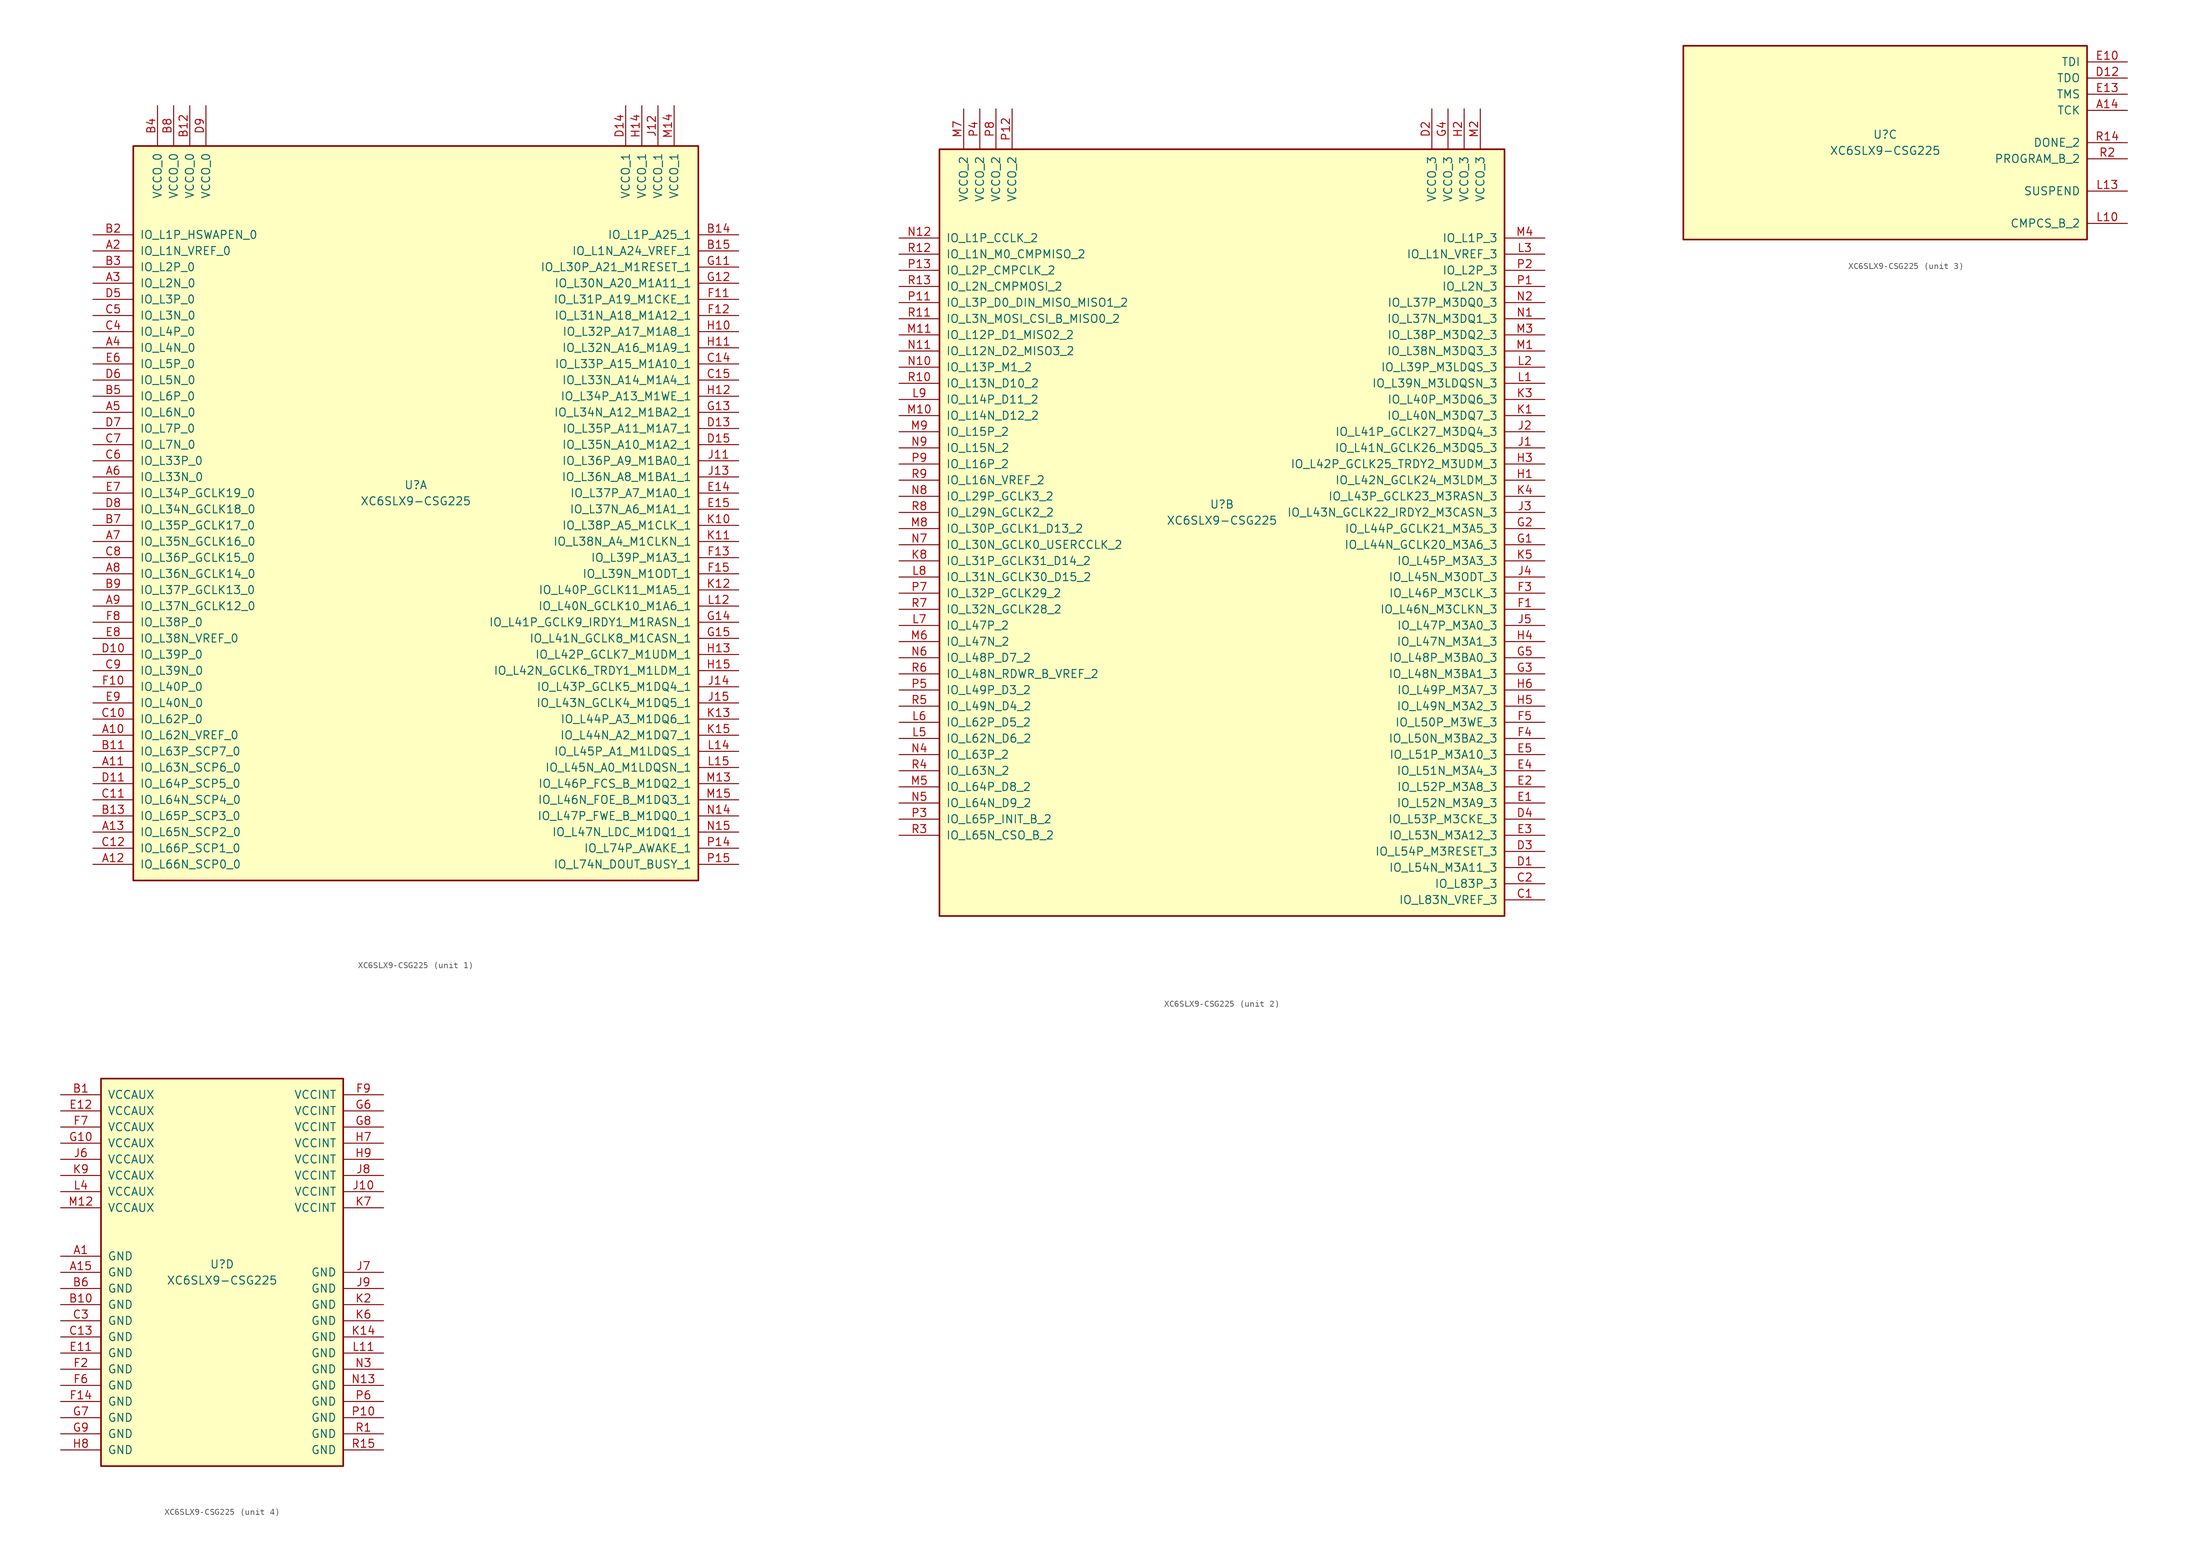
<source format=kicad_sym>
(kicad_symbol_lib
  (version 20211014)
  (generator kicad_symbol_editor)
  (symbol "XC6SLX9-CSG225"
    (pin_names
      (offset 1.016))
    (property "Reference" "U"
      (at 0 1.27 0)
      (effects (font (size 1.27 1.27))))
    (property "Value" "XC6SLX9-CSG225"
      (at 0 -1.27 0)
      (effects (font (size 1.27 1.27))))
    (property "Datasheet" ""
      (at 0 0 0)
      (effects (font (size 1.27 1.27))))
    (property "ki_locked" ""
      (at 0 0 0)
      (effects (font (size 1.27 1.27))))
    (symbol "XC6SLX9-CSG225_1_1"
      (rectangle (start -44.45 54.61) (end 44.45 -60.96) (stroke (width 0.254) (type default) (color 0 0 0 0)) (fill (type background)))
      (pin bidirectional line (at -50.8 -38.1 0) (length 6.35) (name "IO_L62N_VREF_0" (effects (font (size 1.27 1.27)))) (number "A10" (effects (font (size 1.27 1.27)))))
      (pin bidirectional line (at -50.8 -43.18 0) (length 6.35) (name "IO_L63N_SCP6_0" (effects (font (size 1.27 1.27)))) (number "A11" (effects (font (size 1.27 1.27)))))
      (pin bidirectional line (at -50.8 -58.42 0) (length 6.35) (name "IO_L66N_SCP0_0" (effects (font (size 1.27 1.27)))) (number "A12" (effects (font (size 1.27 1.27)))))
      (pin bidirectional line (at -50.8 -53.34 0) (length 6.35) (name "IO_L65N_SCP2_0" (effects (font (size 1.27 1.27)))) (number "A13" (effects (font (size 1.27 1.27)))))
      (pin bidirectional line (at -50.8 38.1 0) (length 6.35) (name "IO_L1N_VREF_0" (effects (font (size 1.27 1.27)))) (number "A2" (effects (font (size 1.27 1.27)))))
      (pin bidirectional line (at -50.8 33.02 0) (length 6.35) (name "IO_L2N_0" (effects (font (size 1.27 1.27)))) (number "A3" (effects (font (size 1.27 1.27)))))
      (pin bidirectional line (at -50.8 22.86 0) (length 6.35) (name "IO_L4N_0" (effects (font (size 1.27 1.27)))) (number "A4" (effects (font (size 1.27 1.27)))))
      (pin bidirectional line (at -50.8 12.7 0) (length 6.35) (name "IO_L6N_0" (effects (font (size 1.27 1.27)))) (number "A5" (effects (font (size 1.27 1.27)))))
      (pin bidirectional line (at -50.8 2.54 0) (length 6.35) (name "IO_L33N_0" (effects (font (size 1.27 1.27)))) (number "A6" (effects (font (size 1.27 1.27)))))
      (pin bidirectional line (at -50.8 -7.62 0) (length 6.35) (name "IO_L35N_GCLK16_0" (effects (font (size 1.27 1.27)))) (number "A7" (effects (font (size 1.27 1.27)))))
      (pin bidirectional line (at -50.8 -12.7 0) (length 6.35) (name "IO_L36N_GCLK14_0" (effects (font (size 1.27 1.27)))) (number "A8" (effects (font (size 1.27 1.27)))))
      (pin bidirectional line (at -50.8 -17.78 0) (length 6.35) (name "IO_L37N_GCLK12_0" (effects (font (size 1.27 1.27)))) (number "A9" (effects (font (size 1.27 1.27)))))
      (pin bidirectional line (at -50.8 -40.64 0) (length 6.35) (name "IO_L63P_SCP7_0" (effects (font (size 1.27 1.27)))) (number "B11" (effects (font (size 1.27 1.27)))))
      (pin power_in line (at -35.56 60.96 270) (length 6.35) (name "VCCO_0" (effects (font (size 1.27 1.27)))) (number "B12" (effects (font (size 1.27 1.27)))))
      (pin bidirectional line (at -50.8 -50.8 0) (length 6.35) (name "IO_L65P_SCP3_0" (effects (font (size 1.27 1.27)))) (number "B13" (effects (font (size 1.27 1.27)))))
      (pin bidirectional line (at 50.8 40.64 180) (length 6.35) (name "IO_L1P_A25_1" (effects (font (size 1.27 1.27)))) (number "B14" (effects (font (size 1.27 1.27)))))
      (pin bidirectional line (at 50.8 38.1 180) (length 6.35) (name "IO_L1N_A24_VREF_1" (effects (font (size 1.27 1.27)))) (number "B15" (effects (font (size 1.27 1.27)))))
      (pin bidirectional line (at -50.8 40.64 0) (length 6.35) (name "IO_L1P_HSWAPEN_0" (effects (font (size 1.27 1.27)))) (number "B2" (effects (font (size 1.27 1.27)))))
      (pin bidirectional line (at -50.8 35.56 0) (length 6.35) (name "IO_L2P_0" (effects (font (size 1.27 1.27)))) (number "B3" (effects (font (size 1.27 1.27)))))
      (pin power_in line (at -40.64 60.96 270) (length 6.35) (name "VCCO_0" (effects (font (size 1.27 1.27)))) (number "B4" (effects (font (size 1.27 1.27)))))
      (pin bidirectional line (at -50.8 15.24 0) (length 6.35) (name "IO_L6P_0" (effects (font (size 1.27 1.27)))) (number "B5" (effects (font (size 1.27 1.27)))))
      (pin bidirectional line (at -50.8 -5.08 0) (length 6.35) (name "IO_L35P_GCLK17_0" (effects (font (size 1.27 1.27)))) (number "B7" (effects (font (size 1.27 1.27)))))
      (pin power_in line (at -38.1 60.96 270) (length 6.35) (name "VCCO_0" (effects (font (size 1.27 1.27)))) (number "B8" (effects (font (size 1.27 1.27)))))
      (pin bidirectional line (at -50.8 -15.24 0) (length 6.35) (name "IO_L37P_GCLK13_0" (effects (font (size 1.27 1.27)))) (number "B9" (effects (font (size 1.27 1.27)))))
      (pin bidirectional line (at -50.8 -35.56 0) (length 6.35) (name "IO_L62P_0" (effects (font (size 1.27 1.27)))) (number "C10" (effects (font (size 1.27 1.27)))))
      (pin bidirectional line (at -50.8 -48.26 0) (length 6.35) (name "IO_L64N_SCP4_0" (effects (font (size 1.27 1.27)))) (number "C11" (effects (font (size 1.27 1.27)))))
      (pin bidirectional line (at -50.8 -55.88 0) (length 6.35) (name "IO_L66P_SCP1_0" (effects (font (size 1.27 1.27)))) (number "C12" (effects (font (size 1.27 1.27)))))
      (pin bidirectional line (at 50.8 20.32 180) (length 6.35) (name "IO_L33P_A15_M1A10_1" (effects (font (size 1.27 1.27)))) (number "C14" (effects (font (size 1.27 1.27)))))
      (pin bidirectional line (at 50.8 17.78 180) (length 6.35) (name "IO_L33N_A14_M1A4_1" (effects (font (size 1.27 1.27)))) (number "C15" (effects (font (size 1.27 1.27)))))
      (pin bidirectional line (at -50.8 25.4 0) (length 6.35) (name "IO_L4P_0" (effects (font (size 1.27 1.27)))) (number "C4" (effects (font (size 1.27 1.27)))))
      (pin bidirectional line (at -50.8 27.94 0) (length 6.35) (name "IO_L3N_0" (effects (font (size 1.27 1.27)))) (number "C5" (effects (font (size 1.27 1.27)))))
      (pin bidirectional line (at -50.8 5.08 0) (length 6.35) (name "IO_L33P_0" (effects (font (size 1.27 1.27)))) (number "C6" (effects (font (size 1.27 1.27)))))
      (pin bidirectional line (at -50.8 7.62 0) (length 6.35) (name "IO_L7N_0" (effects (font (size 1.27 1.27)))) (number "C7" (effects (font (size 1.27 1.27)))))
      (pin bidirectional line (at -50.8 -10.16 0) (length 6.35) (name "IO_L36P_GCLK15_0" (effects (font (size 1.27 1.27)))) (number "C8" (effects (font (size 1.27 1.27)))))
      (pin bidirectional line (at -50.8 -27.94 0) (length 6.35) (name "IO_L39N_0" (effects (font (size 1.27 1.27)))) (number "C9" (effects (font (size 1.27 1.27)))))
      (pin bidirectional line (at -50.8 -25.4 0) (length 6.35) (name "IO_L39P_0" (effects (font (size 1.27 1.27)))) (number "D10" (effects (font (size 1.27 1.27)))))
      (pin bidirectional line (at -50.8 -45.72 0) (length 6.35) (name "IO_L64P_SCP5_0" (effects (font (size 1.27 1.27)))) (number "D11" (effects (font (size 1.27 1.27)))))
      (pin bidirectional line (at 50.8 10.16 180) (length 6.35) (name "IO_L35P_A11_M1A7_1" (effects (font (size 1.27 1.27)))) (number "D13" (effects (font (size 1.27 1.27)))))
      (pin power_in line (at 33.02 60.96 270) (length 6.35) (name "VCCO_1" (effects (font (size 1.27 1.27)))) (number "D14" (effects (font (size 1.27 1.27)))))
      (pin bidirectional line (at 50.8 7.62 180) (length 6.35) (name "IO_L35N_A10_M1A2_1" (effects (font (size 1.27 1.27)))) (number "D15" (effects (font (size 1.27 1.27)))))
      (pin bidirectional line (at -50.8 30.48 0) (length 6.35) (name "IO_L3P_0" (effects (font (size 1.27 1.27)))) (number "D5" (effects (font (size 1.27 1.27)))))
      (pin bidirectional line (at -50.8 17.78 0) (length 6.35) (name "IO_L5N_0" (effects (font (size 1.27 1.27)))) (number "D6" (effects (font (size 1.27 1.27)))))
      (pin bidirectional line (at -50.8 10.16 0) (length 6.35) (name "IO_L7P_0" (effects (font (size 1.27 1.27)))) (number "D7" (effects (font (size 1.27 1.27)))))
      (pin bidirectional line (at -50.8 -2.54 0) (length 6.35) (name "IO_L34N_GCLK18_0" (effects (font (size 1.27 1.27)))) (number "D8" (effects (font (size 1.27 1.27)))))
      (pin power_in line (at -33.02 60.96 270) (length 6.35) (name "VCCO_0" (effects (font (size 1.27 1.27)))) (number "D9" (effects (font (size 1.27 1.27)))))
      (pin bidirectional line (at 50.8 0 180) (length 6.35) (name "IO_L37P_A7_M1A0_1" (effects (font (size 1.27 1.27)))) (number "E14" (effects (font (size 1.27 1.27)))))
      (pin bidirectional line (at 50.8 -2.54 180) (length 6.35) (name "IO_L37N_A6_M1A1_1" (effects (font (size 1.27 1.27)))) (number "E15" (effects (font (size 1.27 1.27)))))
      (pin bidirectional line (at -50.8 20.32 0) (length 6.35) (name "IO_L5P_0" (effects (font (size 1.27 1.27)))) (number "E6" (effects (font (size 1.27 1.27)))))
      (pin bidirectional line (at -50.8 0 0) (length 6.35) (name "IO_L34P_GCLK19_0" (effects (font (size 1.27 1.27)))) (number "E7" (effects (font (size 1.27 1.27)))))
      (pin bidirectional line (at -50.8 -22.86 0) (length 6.35) (name "IO_L38N_VREF_0" (effects (font (size 1.27 1.27)))) (number "E8" (effects (font (size 1.27 1.27)))))
      (pin bidirectional line (at -50.8 -33.02 0) (length 6.35) (name "IO_L40N_0" (effects (font (size 1.27 1.27)))) (number "E9" (effects (font (size 1.27 1.27)))))
      (pin bidirectional line (at -50.8 -30.48 0) (length 6.35) (name "IO_L40P_0" (effects (font (size 1.27 1.27)))) (number "F10" (effects (font (size 1.27 1.27)))))
      (pin bidirectional line (at 50.8 30.48 180) (length 6.35) (name "IO_L31P_A19_M1CKE_1" (effects (font (size 1.27 1.27)))) (number "F11" (effects (font (size 1.27 1.27)))))
      (pin bidirectional line (at 50.8 27.94 180) (length 6.35) (name "IO_L31N_A18_M1A12_1" (effects (font (size 1.27 1.27)))) (number "F12" (effects (font (size 1.27 1.27)))))
      (pin bidirectional line (at 50.8 -10.16 180) (length 6.35) (name "IO_L39P_M1A3_1" (effects (font (size 1.27 1.27)))) (number "F13" (effects (font (size 1.27 1.27)))))
      (pin bidirectional line (at 50.8 -12.7 180) (length 6.35) (name "IO_L39N_M1ODT_1" (effects (font (size 1.27 1.27)))) (number "F15" (effects (font (size 1.27 1.27)))))
      (pin bidirectional line (at -50.8 -20.32 0) (length 6.35) (name "IO_L38P_0" (effects (font (size 1.27 1.27)))) (number "F8" (effects (font (size 1.27 1.27)))))
      (pin bidirectional line (at 50.8 35.56 180) (length 6.35) (name "IO_L30P_A21_M1RESET_1" (effects (font (size 1.27 1.27)))) (number "G11" (effects (font (size 1.27 1.27)))))
      (pin bidirectional line (at 50.8 33.02 180) (length 6.35) (name "IO_L30N_A20_M1A11_1" (effects (font (size 1.27 1.27)))) (number "G12" (effects (font (size 1.27 1.27)))))
      (pin bidirectional line (at 50.8 12.7 180) (length 6.35) (name "IO_L34N_A12_M1BA2_1" (effects (font (size 1.27 1.27)))) (number "G13" (effects (font (size 1.27 1.27)))))
      (pin bidirectional line (at 50.8 -20.32 180) (length 6.35) (name "IO_L41P_GCLK9_IRDY1_M1RASN_1" (effects (font (size 1.27 1.27)))) (number "G14" (effects (font (size 1.27 1.27)))))
      (pin bidirectional line (at 50.8 -22.86 180) (length 6.35) (name "IO_L41N_GCLK8_M1CASN_1" (effects (font (size 1.27 1.27)))) (number "G15" (effects (font (size 1.27 1.27)))))
      (pin bidirectional line (at 50.8 25.4 180) (length 6.35) (name "IO_L32P_A17_M1A8_1" (effects (font (size 1.27 1.27)))) (number "H10" (effects (font (size 1.27 1.27)))))
      (pin bidirectional line (at 50.8 22.86 180) (length 6.35) (name "IO_L32N_A16_M1A9_1" (effects (font (size 1.27 1.27)))) (number "H11" (effects (font (size 1.27 1.27)))))
      (pin bidirectional line (at 50.8 15.24 180) (length 6.35) (name "IO_L34P_A13_M1WE_1" (effects (font (size 1.27 1.27)))) (number "H12" (effects (font (size 1.27 1.27)))))
      (pin bidirectional line (at 50.8 -25.4 180) (length 6.35) (name "IO_L42P_GCLK7_M1UDM_1" (effects (font (size 1.27 1.27)))) (number "H13" (effects (font (size 1.27 1.27)))))
      (pin power_in line (at 35.56 60.96 270) (length 6.35) (name "VCCO_1" (effects (font (size 1.27 1.27)))) (number "H14" (effects (font (size 1.27 1.27)))))
      (pin bidirectional line (at 50.8 -27.94 180) (length 6.35) (name "IO_L42N_GCLK6_TRDY1_M1LDM_1" (effects (font (size 1.27 1.27)))) (number "H15" (effects (font (size 1.27 1.27)))))
      (pin bidirectional line (at 50.8 5.08 180) (length 6.35) (name "IO_L36P_A9_M1BA0_1" (effects (font (size 1.27 1.27)))) (number "J11" (effects (font (size 1.27 1.27)))))
      (pin power_in line (at 38.1 60.96 270) (length 6.35) (name "VCCO_1" (effects (font (size 1.27 1.27)))) (number "J12" (effects (font (size 1.27 1.27)))))
      (pin bidirectional line (at 50.8 2.54 180) (length 6.35) (name "IO_L36N_A8_M1BA1_1" (effects (font (size 1.27 1.27)))) (number "J13" (effects (font (size 1.27 1.27)))))
      (pin bidirectional line (at 50.8 -30.48 180) (length 6.35) (name "IO_L43P_GCLK5_M1DQ4_1" (effects (font (size 1.27 1.27)))) (number "J14" (effects (font (size 1.27 1.27)))))
      (pin bidirectional line (at 50.8 -33.02 180) (length 6.35) (name "IO_L43N_GCLK4_M1DQ5_1" (effects (font (size 1.27 1.27)))) (number "J15" (effects (font (size 1.27 1.27)))))
      (pin bidirectional line (at 50.8 -5.08 180) (length 6.35) (name "IO_L38P_A5_M1CLK_1" (effects (font (size 1.27 1.27)))) (number "K10" (effects (font (size 1.27 1.27)))))
      (pin bidirectional line (at 50.8 -7.62 180) (length 6.35) (name "IO_L38N_A4_M1CLKN_1" (effects (font (size 1.27 1.27)))) (number "K11" (effects (font (size 1.27 1.27)))))
      (pin bidirectional line (at 50.8 -15.24 180) (length 6.35) (name "IO_L40P_GCLK11_M1A5_1" (effects (font (size 1.27 1.27)))) (number "K12" (effects (font (size 1.27 1.27)))))
      (pin bidirectional line (at 50.8 -35.56 180) (length 6.35) (name "IO_L44P_A3_M1DQ6_1" (effects (font (size 1.27 1.27)))) (number "K13" (effects (font (size 1.27 1.27)))))
      (pin bidirectional line (at 50.8 -38.1 180) (length 6.35) (name "IO_L44N_A2_M1DQ7_1" (effects (font (size 1.27 1.27)))) (number "K15" (effects (font (size 1.27 1.27)))))
      (pin bidirectional line (at 50.8 -17.78 180) (length 6.35) (name "IO_L40N_GCLK10_M1A6_1" (effects (font (size 1.27 1.27)))) (number "L12" (effects (font (size 1.27 1.27)))))
      (pin bidirectional line (at 50.8 -40.64 180) (length 6.35) (name "IO_L45P_A1_M1LDQS_1" (effects (font (size 1.27 1.27)))) (number "L14" (effects (font (size 1.27 1.27)))))
      (pin bidirectional line (at 50.8 -43.18 180) (length 6.35) (name "IO_L45N_A0_M1LDQSN_1" (effects (font (size 1.27 1.27)))) (number "L15" (effects (font (size 1.27 1.27)))))
      (pin bidirectional line (at 50.8 -45.72 180) (length 6.35) (name "IO_L46P_FCS_B_M1DQ2_1" (effects (font (size 1.27 1.27)))) (number "M13" (effects (font (size 1.27 1.27)))))
      (pin power_in line (at 40.64 60.96 270) (length 6.35) (name "VCCO_1" (effects (font (size 1.27 1.27)))) (number "M14" (effects (font (size 1.27 1.27)))))
      (pin bidirectional line (at 50.8 -48.26 180) (length 6.35) (name "IO_L46N_FOE_B_M1DQ3_1" (effects (font (size 1.27 1.27)))) (number "M15" (effects (font (size 1.27 1.27)))))
      (pin bidirectional line (at 50.8 -50.8 180) (length 6.35) (name "IO_L47P_FWE_B_M1DQ0_1" (effects (font (size 1.27 1.27)))) (number "N14" (effects (font (size 1.27 1.27)))))
      (pin bidirectional line (at 50.8 -53.34 180) (length 6.35) (name "IO_L47N_LDC_M1DQ1_1" (effects (font (size 1.27 1.27)))) (number "N15" (effects (font (size 1.27 1.27)))))
      (pin bidirectional line (at 50.8 -55.88 180) (length 6.35) (name "IO_L74P_AWAKE_1" (effects (font (size 1.27 1.27)))) (number "P14" (effects (font (size 1.27 1.27)))))
      (pin bidirectional line (at 50.8 -58.42 180) (length 6.35) (name "IO_L74N_DOUT_BUSY_1" (effects (font (size 1.27 1.27)))) (number "P15" (effects (font (size 1.27 1.27))))))
    (symbol "XC6SLX9-CSG225_2_1"
      (rectangle (start -44.45 57.15) (end 44.45 -63.5) (stroke (width 0.254) (type default) (color 0 0 0 0)) (fill (type background)))
      (pin bidirectional line (at 50.8 -60.96 180) (length 6.35) (name "IO_L83N_VREF_3" (effects (font (size 1.27 1.27)))) (number "C1" (effects (font (size 1.27 1.27)))))
      (pin bidirectional line (at 50.8 -58.42 180) (length 6.35) (name "IO_L83P_3" (effects (font (size 1.27 1.27)))) (number "C2" (effects (font (size 1.27 1.27)))))
      (pin bidirectional line (at 50.8 -55.88 180) (length 6.35) (name "IO_L54N_M3A11_3" (effects (font (size 1.27 1.27)))) (number "D1" (effects (font (size 1.27 1.27)))))
      (pin power_in line (at 33.02 63.5 270) (length 6.35) (name "VCCO_3" (effects (font (size 1.27 1.27)))) (number "D2" (effects (font (size 1.27 1.27)))))
      (pin bidirectional line (at 50.8 -53.34 180) (length 6.35) (name "IO_L54P_M3RESET_3" (effects (font (size 1.27 1.27)))) (number "D3" (effects (font (size 1.27 1.27)))))
      (pin bidirectional line (at 50.8 -48.26 180) (length 6.35) (name "IO_L53P_M3CKE_3" (effects (font (size 1.27 1.27)))) (number "D4" (effects (font (size 1.27 1.27)))))
      (pin bidirectional line (at 50.8 -45.72 180) (length 6.35) (name "IO_L52N_M3A9_3" (effects (font (size 1.27 1.27)))) (number "E1" (effects (font (size 1.27 1.27)))))
      (pin bidirectional line (at 50.8 -43.18 180) (length 6.35) (name "IO_L52P_M3A8_3" (effects (font (size 1.27 1.27)))) (number "E2" (effects (font (size 1.27 1.27)))))
      (pin bidirectional line (at 50.8 -50.8 180) (length 6.35) (name "IO_L53N_M3A12_3" (effects (font (size 1.27 1.27)))) (number "E3" (effects (font (size 1.27 1.27)))))
      (pin bidirectional line (at 50.8 -40.64 180) (length 6.35) (name "IO_L51N_M3A4_3" (effects (font (size 1.27 1.27)))) (number "E4" (effects (font (size 1.27 1.27)))))
      (pin bidirectional line (at 50.8 -38.1 180) (length 6.35) (name "IO_L51P_M3A10_3" (effects (font (size 1.27 1.27)))) (number "E5" (effects (font (size 1.27 1.27)))))
      (pin bidirectional line (at 50.8 -15.24 180) (length 6.35) (name "IO_L46N_M3CLKN_3" (effects (font (size 1.27 1.27)))) (number "F1" (effects (font (size 1.27 1.27)))))
      (pin bidirectional line (at 50.8 -12.7 180) (length 6.35) (name "IO_L46P_M3CLK_3" (effects (font (size 1.27 1.27)))) (number "F3" (effects (font (size 1.27 1.27)))))
      (pin bidirectional line (at 50.8 -35.56 180) (length 6.35) (name "IO_L50N_M3BA2_3" (effects (font (size 1.27 1.27)))) (number "F4" (effects (font (size 1.27 1.27)))))
      (pin bidirectional line (at 50.8 -33.02 180) (length 6.35) (name "IO_L50P_M3WE_3" (effects (font (size 1.27 1.27)))) (number "F5" (effects (font (size 1.27 1.27)))))
      (pin bidirectional line (at 50.8 -5.08 180) (length 6.35) (name "IO_L44N_GCLK20_M3A6_3" (effects (font (size 1.27 1.27)))) (number "G1" (effects (font (size 1.27 1.27)))))
      (pin bidirectional line (at 50.8 -2.54 180) (length 6.35) (name "IO_L44P_GCLK21_M3A5_3" (effects (font (size 1.27 1.27)))) (number "G2" (effects (font (size 1.27 1.27)))))
      (pin bidirectional line (at 50.8 -25.4 180) (length 6.35) (name "IO_L48N_M3BA1_3" (effects (font (size 1.27 1.27)))) (number "G3" (effects (font (size 1.27 1.27)))))
      (pin power_in line (at 35.56 63.5 270) (length 6.35) (name "VCCO_3" (effects (font (size 1.27 1.27)))) (number "G4" (effects (font (size 1.27 1.27)))))
      (pin bidirectional line (at 50.8 -22.86 180) (length 6.35) (name "IO_L48P_M3BA0_3" (effects (font (size 1.27 1.27)))) (number "G5" (effects (font (size 1.27 1.27)))))
      (pin bidirectional line (at 50.8 5.08 180) (length 6.35) (name "IO_L42N_GCLK24_M3LDM_3" (effects (font (size 1.27 1.27)))) (number "H1" (effects (font (size 1.27 1.27)))))
      (pin power_in line (at 38.1 63.5 270) (length 6.35) (name "VCCO_3" (effects (font (size 1.27 1.27)))) (number "H2" (effects (font (size 1.27 1.27)))))
      (pin bidirectional line (at 50.8 7.62 180) (length 6.35) (name "IO_L42P_GCLK25_TRDY2_M3UDM_3" (effects (font (size 1.27 1.27)))) (number "H3" (effects (font (size 1.27 1.27)))))
      (pin bidirectional line (at 50.8 -20.32 180) (length 6.35) (name "IO_L47N_M3A1_3" (effects (font (size 1.27 1.27)))) (number "H4" (effects (font (size 1.27 1.27)))))
      (pin bidirectional line (at 50.8 -30.48 180) (length 6.35) (name "IO_L49N_M3A2_3" (effects (font (size 1.27 1.27)))) (number "H5" (effects (font (size 1.27 1.27)))))
      (pin bidirectional line (at 50.8 -27.94 180) (length 6.35) (name "IO_L49P_M3A7_3" (effects (font (size 1.27 1.27)))) (number "H6" (effects (font (size 1.27 1.27)))))
      (pin bidirectional line (at 50.8 10.16 180) (length 6.35) (name "IO_L41N_GCLK26_M3DQ5_3" (effects (font (size 1.27 1.27)))) (number "J1" (effects (font (size 1.27 1.27)))))
      (pin bidirectional line (at 50.8 12.7 180) (length 6.35) (name "IO_L41P_GCLK27_M3DQ4_3" (effects (font (size 1.27 1.27)))) (number "J2" (effects (font (size 1.27 1.27)))))
      (pin bidirectional line (at 50.8 0 180) (length 6.35) (name "IO_L43N_GCLK22_IRDY2_M3CASN_3" (effects (font (size 1.27 1.27)))) (number "J3" (effects (font (size 1.27 1.27)))))
      (pin bidirectional line (at 50.8 -10.16 180) (length 6.35) (name "IO_L45N_M3ODT_3" (effects (font (size 1.27 1.27)))) (number "J4" (effects (font (size 1.27 1.27)))))
      (pin bidirectional line (at 50.8 -17.78 180) (length 6.35) (name "IO_L47P_M3A0_3" (effects (font (size 1.27 1.27)))) (number "J5" (effects (font (size 1.27 1.27)))))
      (pin bidirectional line (at 50.8 15.24 180) (length 6.35) (name "IO_L40N_M3DQ7_3" (effects (font (size 1.27 1.27)))) (number "K1" (effects (font (size 1.27 1.27)))))
      (pin bidirectional line (at 50.8 17.78 180) (length 6.35) (name "IO_L40P_M3DQ6_3" (effects (font (size 1.27 1.27)))) (number "K3" (effects (font (size 1.27 1.27)))))
      (pin bidirectional line (at 50.8 2.54 180) (length 6.35) (name "IO_L43P_GCLK23_M3RASN_3" (effects (font (size 1.27 1.27)))) (number "K4" (effects (font (size 1.27 1.27)))))
      (pin bidirectional line (at 50.8 -7.62 180) (length 6.35) (name "IO_L45P_M3A3_3" (effects (font (size 1.27 1.27)))) (number "K5" (effects (font (size 1.27 1.27)))))
      (pin bidirectional line (at -50.8 -7.62 0) (length 6.35) (name "IO_L31P_GCLK31_D14_2" (effects (font (size 1.27 1.27)))) (number "K8" (effects (font (size 1.27 1.27)))))
      (pin bidirectional line (at 50.8 20.32 180) (length 6.35) (name "IO_L39N_M3LDQSN_3" (effects (font (size 1.27 1.27)))) (number "L1" (effects (font (size 1.27 1.27)))))
      (pin bidirectional line (at 50.8 22.86 180) (length 6.35) (name "IO_L39P_M3LDQS_3" (effects (font (size 1.27 1.27)))) (number "L2" (effects (font (size 1.27 1.27)))))
      (pin bidirectional line (at 50.8 40.64 180) (length 6.35) (name "IO_L1N_VREF_3" (effects (font (size 1.27 1.27)))) (number "L3" (effects (font (size 1.27 1.27)))))
      (pin bidirectional line (at -50.8 -35.56 0) (length 6.35) (name "IO_L62N_D6_2" (effects (font (size 1.27 1.27)))) (number "L5" (effects (font (size 1.27 1.27)))))
      (pin bidirectional line (at -50.8 -33.02 0) (length 6.35) (name "IO_L62P_D5_2" (effects (font (size 1.27 1.27)))) (number "L6" (effects (font (size 1.27 1.27)))))
      (pin bidirectional line (at -50.8 -17.78 0) (length 6.35) (name "IO_L47P_2" (effects (font (size 1.27 1.27)))) (number "L7" (effects (font (size 1.27 1.27)))))
      (pin bidirectional line (at -50.8 -10.16 0) (length 6.35) (name "IO_L31N_GCLK30_D15_2" (effects (font (size 1.27 1.27)))) (number "L8" (effects (font (size 1.27 1.27)))))
      (pin bidirectional line (at -50.8 17.78 0) (length 6.35) (name "IO_L14P_D11_2" (effects (font (size 1.27 1.27)))) (number "L9" (effects (font (size 1.27 1.27)))))
      (pin bidirectional line (at 50.8 25.4 180) (length 6.35) (name "IO_L38N_M3DQ3_3" (effects (font (size 1.27 1.27)))) (number "M1" (effects (font (size 1.27 1.27)))))
      (pin bidirectional line (at -50.8 15.24 0) (length 6.35) (name "IO_L14N_D12_2" (effects (font (size 1.27 1.27)))) (number "M10" (effects (font (size 1.27 1.27)))))
      (pin bidirectional line (at -50.8 27.94 0) (length 6.35) (name "IO_L12P_D1_MISO2_2" (effects (font (size 1.27 1.27)))) (number "M11" (effects (font (size 1.27 1.27)))))
      (pin power_in line (at 40.64 63.5 270) (length 6.35) (name "VCCO_3" (effects (font (size 1.27 1.27)))) (number "M2" (effects (font (size 1.27 1.27)))))
      (pin bidirectional line (at 50.8 27.94 180) (length 6.35) (name "IO_L38P_M3DQ2_3" (effects (font (size 1.27 1.27)))) (number "M3" (effects (font (size 1.27 1.27)))))
      (pin bidirectional line (at 50.8 43.18 180) (length 6.35) (name "IO_L1P_3" (effects (font (size 1.27 1.27)))) (number "M4" (effects (font (size 1.27 1.27)))))
      (pin bidirectional line (at -50.8 -43.18 0) (length 6.35) (name "IO_L64P_D8_2" (effects (font (size 1.27 1.27)))) (number "M5" (effects (font (size 1.27 1.27)))))
      (pin bidirectional line (at -50.8 -20.32 0) (length 6.35) (name "IO_L47N_2" (effects (font (size 1.27 1.27)))) (number "M6" (effects (font (size 1.27 1.27)))))
      (pin power_in line (at -40.64 63.5 270) (length 6.35) (name "VCCO_2" (effects (font (size 1.27 1.27)))) (number "M7" (effects (font (size 1.27 1.27)))))
      (pin bidirectional line (at -50.8 -2.54 0) (length 6.35) (name "IO_L30P_GCLK1_D13_2" (effects (font (size 1.27 1.27)))) (number "M8" (effects (font (size 1.27 1.27)))))
      (pin bidirectional line (at -50.8 12.7 0) (length 6.35) (name "IO_L15P_2" (effects (font (size 1.27 1.27)))) (number "M9" (effects (font (size 1.27 1.27)))))
      (pin bidirectional line (at 50.8 30.48 180) (length 6.35) (name "IO_L37N_M3DQ1_3" (effects (font (size 1.27 1.27)))) (number "N1" (effects (font (size 1.27 1.27)))))
      (pin bidirectional line (at -50.8 22.86 0) (length 6.35) (name "IO_L13P_M1_2" (effects (font (size 1.27 1.27)))) (number "N10" (effects (font (size 1.27 1.27)))))
      (pin bidirectional line (at -50.8 25.4 0) (length 6.35) (name "IO_L12N_D2_MISO3_2" (effects (font (size 1.27 1.27)))) (number "N11" (effects (font (size 1.27 1.27)))))
      (pin bidirectional line (at -50.8 43.18 0) (length 6.35) (name "IO_L1P_CCLK_2" (effects (font (size 1.27 1.27)))) (number "N12" (effects (font (size 1.27 1.27)))))
      (pin bidirectional line (at 50.8 33.02 180) (length 6.35) (name "IO_L37P_M3DQ0_3" (effects (font (size 1.27 1.27)))) (number "N2" (effects (font (size 1.27 1.27)))))
      (pin bidirectional line (at -50.8 -38.1 0) (length 6.35) (name "IO_L63P_2" (effects (font (size 1.27 1.27)))) (number "N4" (effects (font (size 1.27 1.27)))))
      (pin bidirectional line (at -50.8 -45.72 0) (length 6.35) (name "IO_L64N_D9_2" (effects (font (size 1.27 1.27)))) (number "N5" (effects (font (size 1.27 1.27)))))
      (pin bidirectional line (at -50.8 -22.86 0) (length 6.35) (name "IO_L48P_D7_2" (effects (font (size 1.27 1.27)))) (number "N6" (effects (font (size 1.27 1.27)))))
      (pin bidirectional line (at -50.8 -5.08 0) (length 6.35) (name "IO_L30N_GCLK0_USERCCLK_2" (effects (font (size 1.27 1.27)))) (number "N7" (effects (font (size 1.27 1.27)))))
      (pin bidirectional line (at -50.8 2.54 0) (length 6.35) (name "IO_L29P_GCLK3_2" (effects (font (size 1.27 1.27)))) (number "N8" (effects (font (size 1.27 1.27)))))
      (pin bidirectional line (at -50.8 10.16 0) (length 6.35) (name "IO_L15N_2" (effects (font (size 1.27 1.27)))) (number "N9" (effects (font (size 1.27 1.27)))))
      (pin bidirectional line (at 50.8 35.56 180) (length 6.35) (name "IO_L2N_3" (effects (font (size 1.27 1.27)))) (number "P1" (effects (font (size 1.27 1.27)))))
      (pin bidirectional line (at -50.8 33.02 0) (length 6.35) (name "IO_L3P_D0_DIN_MISO_MISO1_2" (effects (font (size 1.27 1.27)))) (number "P11" (effects (font (size 1.27 1.27)))))
      (pin power_in line (at -33.02 63.5 270) (length 6.35) (name "VCCO_2" (effects (font (size 1.27 1.27)))) (number "P12" (effects (font (size 1.27 1.27)))))
      (pin bidirectional line (at -50.8 38.1 0) (length 6.35) (name "IO_L2P_CMPCLK_2" (effects (font (size 1.27 1.27)))) (number "P13" (effects (font (size 1.27 1.27)))))
      (pin bidirectional line (at 50.8 38.1 180) (length 6.35) (name "IO_L2P_3" (effects (font (size 1.27 1.27)))) (number "P2" (effects (font (size 1.27 1.27)))))
      (pin bidirectional line (at -50.8 -48.26 0) (length 6.35) (name "IO_L65P_INIT_B_2" (effects (font (size 1.27 1.27)))) (number "P3" (effects (font (size 1.27 1.27)))))
      (pin power_in line (at -38.1 63.5 270) (length 6.35) (name "VCCO_2" (effects (font (size 1.27 1.27)))) (number "P4" (effects (font (size 1.27 1.27)))))
      (pin bidirectional line (at -50.8 -27.94 0) (length 6.35) (name "IO_L49P_D3_2" (effects (font (size 1.27 1.27)))) (number "P5" (effects (font (size 1.27 1.27)))))
      (pin bidirectional line (at -50.8 -12.7 0) (length 6.35) (name "IO_L32P_GCLK29_2" (effects (font (size 1.27 1.27)))) (number "P7" (effects (font (size 1.27 1.27)))))
      (pin power_in line (at -35.56 63.5 270) (length 6.35) (name "VCCO_2" (effects (font (size 1.27 1.27)))) (number "P8" (effects (font (size 1.27 1.27)))))
      (pin bidirectional line (at -50.8 7.62 0) (length 6.35) (name "IO_L16P_2" (effects (font (size 1.27 1.27)))) (number "P9" (effects (font (size 1.27 1.27)))))
      (pin bidirectional line (at -50.8 20.32 0) (length 6.35) (name "IO_L13N_D10_2" (effects (font (size 1.27 1.27)))) (number "R10" (effects (font (size 1.27 1.27)))))
      (pin bidirectional line (at -50.8 30.48 0) (length 6.35) (name "IO_L3N_MOSI_CSI_B_MISO0_2" (effects (font (size 1.27 1.27)))) (number "R11" (effects (font (size 1.27 1.27)))))
      (pin bidirectional line (at -50.8 40.64 0) (length 6.35) (name "IO_L1N_M0_CMPMISO_2" (effects (font (size 1.27 1.27)))) (number "R12" (effects (font (size 1.27 1.27)))))
      (pin bidirectional line (at -50.8 35.56 0) (length 6.35) (name "IO_L2N_CMPMOSI_2" (effects (font (size 1.27 1.27)))) (number "R13" (effects (font (size 1.27 1.27)))))
      (pin bidirectional line (at -50.8 -50.8 0) (length 6.35) (name "IO_L65N_CSO_B_2" (effects (font (size 1.27 1.27)))) (number "R3" (effects (font (size 1.27 1.27)))))
      (pin bidirectional line (at -50.8 -40.64 0) (length 6.35) (name "IO_L63N_2" (effects (font (size 1.27 1.27)))) (number "R4" (effects (font (size 1.27 1.27)))))
      (pin bidirectional line (at -50.8 -30.48 0) (length 6.35) (name "IO_L49N_D4_2" (effects (font (size 1.27 1.27)))) (number "R5" (effects (font (size 1.27 1.27)))))
      (pin bidirectional line (at -50.8 -25.4 0) (length 6.35) (name "IO_L48N_RDWR_B_VREF_2" (effects (font (size 1.27 1.27)))) (number "R6" (effects (font (size 1.27 1.27)))))
      (pin bidirectional line (at -50.8 -15.24 0) (length 6.35) (name "IO_L32N_GCLK28_2" (effects (font (size 1.27 1.27)))) (number "R7" (effects (font (size 1.27 1.27)))))
      (pin bidirectional line (at -50.8 0 0) (length 6.35) (name "IO_L29N_GCLK2_2" (effects (font (size 1.27 1.27)))) (number "R8" (effects (font (size 1.27 1.27)))))
      (pin bidirectional line (at -50.8 5.08 0) (length 6.35) (name "IO_L16N_VREF_2" (effects (font (size 1.27 1.27)))) (number "R9" (effects (font (size 1.27 1.27))))))
    (symbol "XC6SLX9-CSG225_3_1"
      (rectangle (start -31.75 15.24) (end 31.75 -15.24) (stroke (width 0.254) (type default) (color 0 0 0 0)) (fill (type background)))
      (pin bidirectional line (at 38.1 5.08 180) (length 6.35) (name "TCK" (effects (font (size 1.27 1.27)))) (number "A14" (effects (font (size 1.27 1.27)))))
      (pin bidirectional line (at 38.1 10.16 180) (length 6.35) (name "TDO" (effects (font (size 1.27 1.27)))) (number "D12" (effects (font (size 1.27 1.27)))))
      (pin bidirectional line (at 38.1 12.7 180) (length 6.35) (name "TDI" (effects (font (size 1.27 1.27)))) (number "E10" (effects (font (size 1.27 1.27)))))
      (pin bidirectional line (at 38.1 7.62 180) (length 6.35) (name "TMS" (effects (font (size 1.27 1.27)))) (number "E13" (effects (font (size 1.27 1.27)))))
      (pin bidirectional line (at 38.1 -12.7 180) (length 6.35) (name "CMPCS_B_2" (effects (font (size 1.27 1.27)))) (number "L10" (effects (font (size 1.27 1.27)))))
      (pin bidirectional line (at 38.1 -7.62 180) (length 6.35) (name "SUSPEND" (effects (font (size 1.27 1.27)))) (number "L13" (effects (font (size 1.27 1.27)))))
      (pin bidirectional line (at 38.1 0 180) (length 6.35) (name "DONE_2" (effects (font (size 1.27 1.27)))) (number "R14" (effects (font (size 1.27 1.27)))))
      (pin bidirectional line (at 38.1 -2.54 180) (length 6.35) (name "PROGRAM_B_2" (effects (font (size 1.27 1.27)))) (number "R2" (effects (font (size 1.27 1.27))))))
    (symbol "XC6SLX9-CSG225_4_1"
      (rectangle (start -19.05 30.48) (end 19.05 -30.48) (stroke (width 0.254) (type default) (color 0 0 0 0)) (fill (type background)))
      (pin power_in line (at -25.4 2.54 0) (length 6.35) (name "GND" (effects (font (size 1.27 1.27)))) (number "A1" (effects (font (size 1.27 1.27)))))
      (pin power_in line (at -25.4 0 0) (length 6.35) (name "GND" (effects (font (size 1.27 1.27)))) (number "A15" (effects (font (size 1.27 1.27)))))
      (pin power_in line (at -25.4 27.94 0) (length 6.35) (name "VCCAUX" (effects (font (size 1.27 1.27)))) (number "B1" (effects (font (size 1.27 1.27)))))
      (pin power_in line (at -25.4 -5.08 0) (length 6.35) (name "GND" (effects (font (size 1.27 1.27)))) (number "B10" (effects (font (size 1.27 1.27)))))
      (pin power_in line (at -25.4 -2.54 0) (length 6.35) (name "GND" (effects (font (size 1.27 1.27)))) (number "B6" (effects (font (size 1.27 1.27)))))
      (pin power_in line (at -25.4 -10.16 0) (length 6.35) (name "GND" (effects (font (size 1.27 1.27)))) (number "C13" (effects (font (size 1.27 1.27)))))
      (pin power_in line (at -25.4 -7.62 0) (length 6.35) (name "GND" (effects (font (size 1.27 1.27)))) (number "C3" (effects (font (size 1.27 1.27)))))
      (pin power_in line (at -25.4 -12.7 0) (length 6.35) (name "GND" (effects (font (size 1.27 1.27)))) (number "E11" (effects (font (size 1.27 1.27)))))
      (pin power_in line (at -25.4 25.4 0) (length 6.35) (name "VCCAUX" (effects (font (size 1.27 1.27)))) (number "E12" (effects (font (size 1.27 1.27)))))
      (pin power_in line (at -25.4 -20.32 0) (length 6.35) (name "GND" (effects (font (size 1.27 1.27)))) (number "F14" (effects (font (size 1.27 1.27)))))
      (pin power_in line (at -25.4 -15.24 0) (length 6.35) (name "GND" (effects (font (size 1.27 1.27)))) (number "F2" (effects (font (size 1.27 1.27)))))
      (pin power_in line (at -25.4 -17.78 0) (length 6.35) (name "GND" (effects (font (size 1.27 1.27)))) (number "F6" (effects (font (size 1.27 1.27)))))
      (pin power_in line (at -25.4 22.86 0) (length 6.35) (name "VCCAUX" (effects (font (size 1.27 1.27)))) (number "F7" (effects (font (size 1.27 1.27)))))
      (pin power_in line (at 25.4 27.94 180) (length 6.35) (name "VCCINT" (effects (font (size 1.27 1.27)))) (number "F9" (effects (font (size 1.27 1.27)))))
      (pin power_in line (at -25.4 20.32 0) (length 6.35) (name "VCCAUX" (effects (font (size 1.27 1.27)))) (number "G10" (effects (font (size 1.27 1.27)))))
      (pin power_in line (at 25.4 25.4 180) (length 6.35) (name "VCCINT" (effects (font (size 1.27 1.27)))) (number "G6" (effects (font (size 1.27 1.27)))))
      (pin power_in line (at -25.4 -22.86 0) (length 6.35) (name "GND" (effects (font (size 1.27 1.27)))) (number "G7" (effects (font (size 1.27 1.27)))))
      (pin power_in line (at 25.4 22.86 180) (length 6.35) (name "VCCINT" (effects (font (size 1.27 1.27)))) (number "G8" (effects (font (size 1.27 1.27)))))
      (pin power_in line (at -25.4 -25.4 0) (length 6.35) (name "GND" (effects (font (size 1.27 1.27)))) (number "G9" (effects (font (size 1.27 1.27)))))
      (pin power_in line (at 25.4 20.32 180) (length 6.35) (name "VCCINT" (effects (font (size 1.27 1.27)))) (number "H7" (effects (font (size 1.27 1.27)))))
      (pin power_in line (at -25.4 -27.94 0) (length 6.35) (name "GND" (effects (font (size 1.27 1.27)))) (number "H8" (effects (font (size 1.27 1.27)))))
      (pin power_in line (at 25.4 17.78 180) (length 6.35) (name "VCCINT" (effects (font (size 1.27 1.27)))) (number "H9" (effects (font (size 1.27 1.27)))))
      (pin power_in line (at 25.4 12.7 180) (length 6.35) (name "VCCINT" (effects (font (size 1.27 1.27)))) (number "J10" (effects (font (size 1.27 1.27)))))
      (pin power_in line (at -25.4 17.78 0) (length 6.35) (name "VCCAUX" (effects (font (size 1.27 1.27)))) (number "J6" (effects (font (size 1.27 1.27)))))
      (pin power_in line (at 25.4 0 180) (length 6.35) (name "GND" (effects (font (size 1.27 1.27)))) (number "J7" (effects (font (size 1.27 1.27)))))
      (pin power_in line (at 25.4 15.24 180) (length 6.35) (name "VCCINT" (effects (font (size 1.27 1.27)))) (number "J8" (effects (font (size 1.27 1.27)))))
      (pin power_in line (at 25.4 -2.54 180) (length 6.35) (name "GND" (effects (font (size 1.27 1.27)))) (number "J9" (effects (font (size 1.27 1.27)))))
      (pin power_in line (at 25.4 -10.16 180) (length 6.35) (name "GND" (effects (font (size 1.27 1.27)))) (number "K14" (effects (font (size 1.27 1.27)))))
      (pin power_in line (at 25.4 -5.08 180) (length 6.35) (name "GND" (effects (font (size 1.27 1.27)))) (number "K2" (effects (font (size 1.27 1.27)))))
      (pin power_in line (at 25.4 -7.62 180) (length 6.35) (name "GND" (effects (font (size 1.27 1.27)))) (number "K6" (effects (font (size 1.27 1.27)))))
      (pin power_in line (at 25.4 10.16 180) (length 6.35) (name "VCCINT" (effects (font (size 1.27 1.27)))) (number "K7" (effects (font (size 1.27 1.27)))))
      (pin power_in line (at -25.4 15.24 0) (length 6.35) (name "VCCAUX" (effects (font (size 1.27 1.27)))) (number "K9" (effects (font (size 1.27 1.27)))))
      (pin power_in line (at 25.4 -12.7 180) (length 6.35) (name "GND" (effects (font (size 1.27 1.27)))) (number "L11" (effects (font (size 1.27 1.27)))))
      (pin power_in line (at -25.4 12.7 0) (length 6.35) (name "VCCAUX" (effects (font (size 1.27 1.27)))) (number "L4" (effects (font (size 1.27 1.27)))))
      (pin power_in line (at -25.4 10.16 0) (length 6.35) (name "VCCAUX" (effects (font (size 1.27 1.27)))) (number "M12" (effects (font (size 1.27 1.27)))))
      (pin power_in line (at 25.4 -17.78 180) (length 6.35) (name "GND" (effects (font (size 1.27 1.27)))) (number "N13" (effects (font (size 1.27 1.27)))))
      (pin power_in line (at 25.4 -15.24 180) (length 6.35) (name "GND" (effects (font (size 1.27 1.27)))) (number "N3" (effects (font (size 1.27 1.27)))))
      (pin power_in line (at 25.4 -22.86 180) (length 6.35) (name "GND" (effects (font (size 1.27 1.27)))) (number "P10" (effects (font (size 1.27 1.27)))))
      (pin power_in line (at 25.4 -20.32 180) (length 6.35) (name "GND" (effects (font (size 1.27 1.27)))) (number "P6" (effects (font (size 1.27 1.27)))))
      (pin power_in line (at 25.4 -25.4 180) (length 6.35) (name "GND" (effects (font (size 1.27 1.27)))) (number "R1" (effects (font (size 1.27 1.27)))))
      (pin power_in line (at 25.4 -27.94 180) (length 6.35) (name "GND" (effects (font (size 1.27 1.27)))) (number "R15" (effects (font (size 1.27 1.27))))))))
</source>
